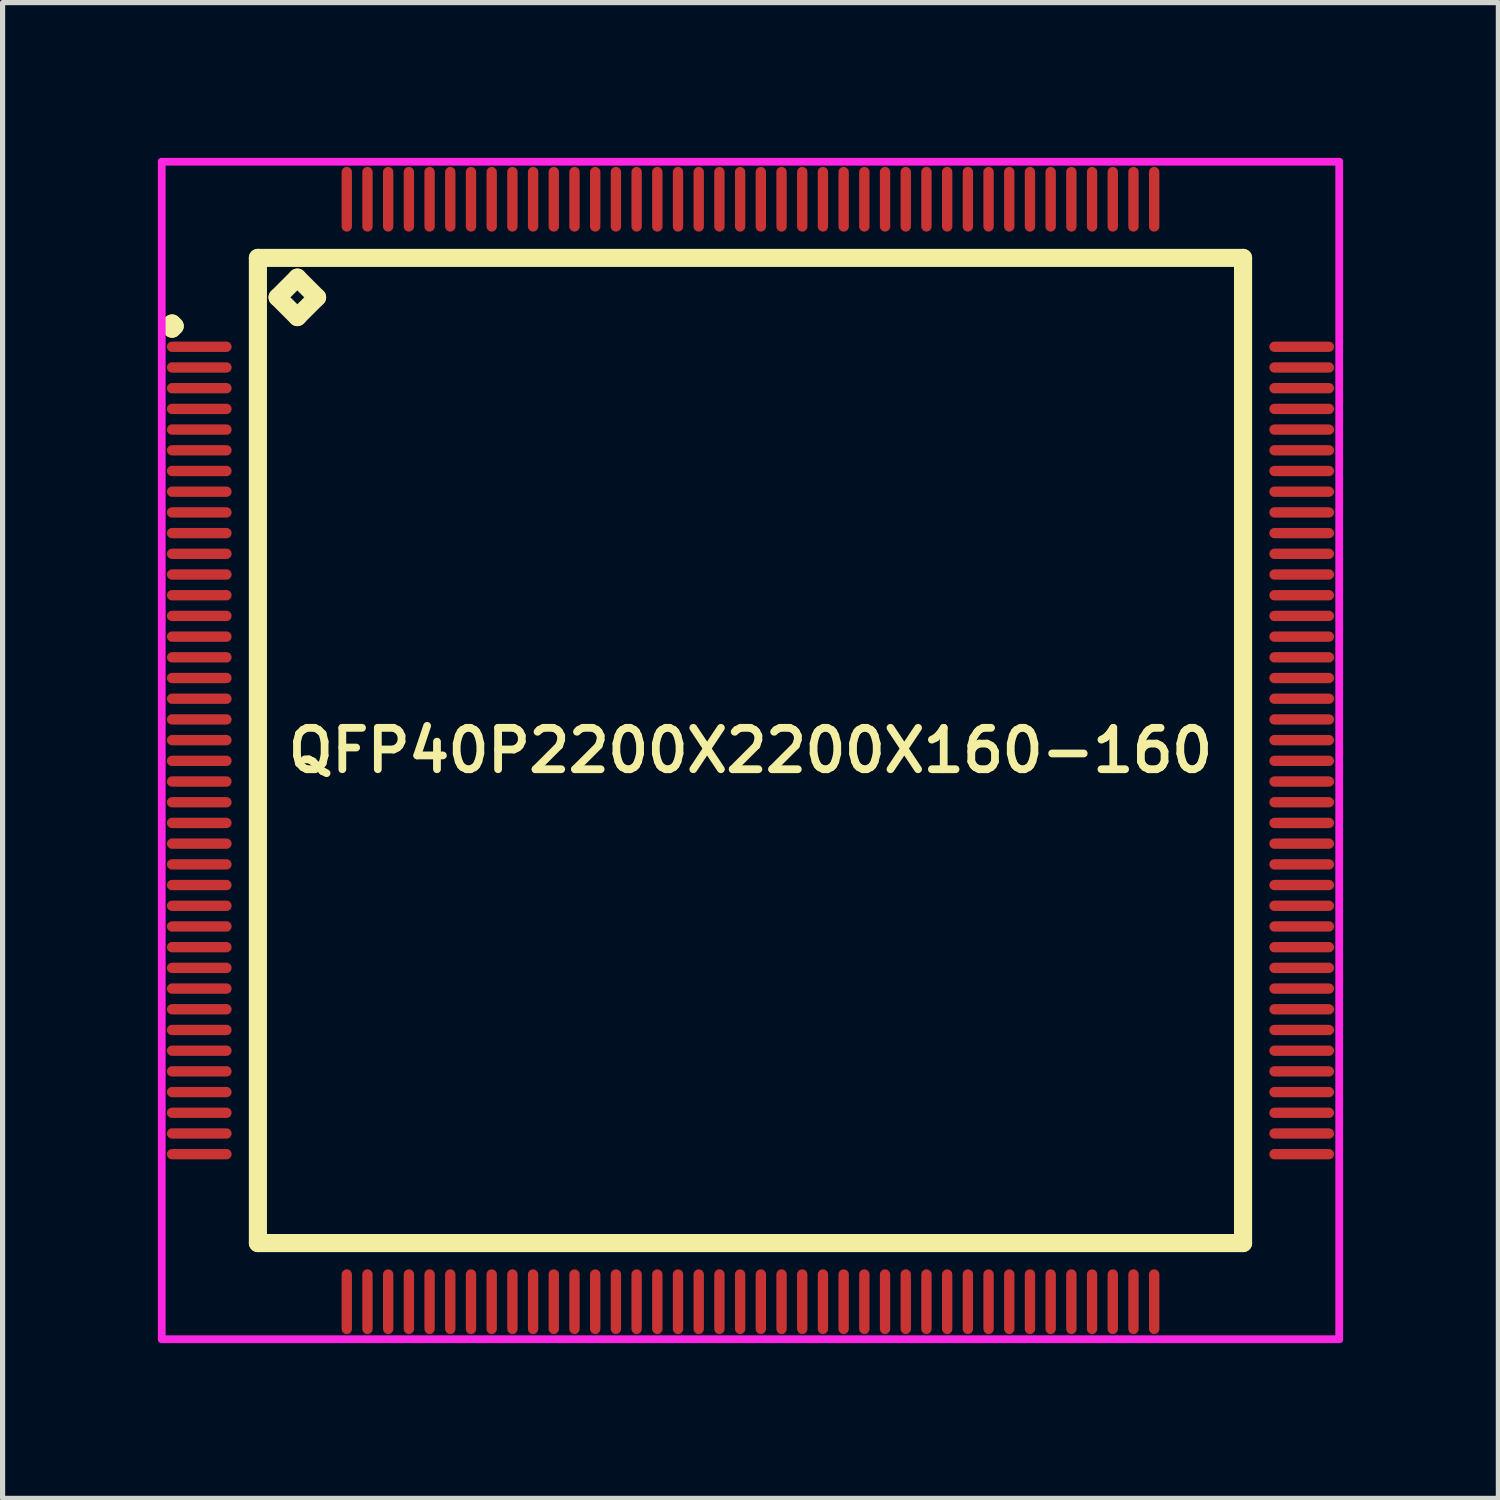
<source format=kicad_pcb>
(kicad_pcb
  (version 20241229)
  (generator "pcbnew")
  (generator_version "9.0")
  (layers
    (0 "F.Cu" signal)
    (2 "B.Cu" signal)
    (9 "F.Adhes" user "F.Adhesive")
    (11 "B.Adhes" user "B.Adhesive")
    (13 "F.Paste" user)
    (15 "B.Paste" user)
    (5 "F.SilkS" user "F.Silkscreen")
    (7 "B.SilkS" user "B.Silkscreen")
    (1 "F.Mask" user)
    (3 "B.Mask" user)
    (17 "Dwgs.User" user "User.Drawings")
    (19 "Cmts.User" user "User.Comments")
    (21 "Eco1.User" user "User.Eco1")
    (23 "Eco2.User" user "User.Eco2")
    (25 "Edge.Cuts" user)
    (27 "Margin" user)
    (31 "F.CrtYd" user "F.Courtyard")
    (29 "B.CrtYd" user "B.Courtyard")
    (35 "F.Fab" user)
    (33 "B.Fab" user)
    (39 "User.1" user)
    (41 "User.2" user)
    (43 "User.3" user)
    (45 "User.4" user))
  (footprint "QFP40P2200X2200X160-160"
    (layer "F.Cu")
    (at 11.45 11.45)
    (property "Reference" "QFP40P2200X2200X160-160" (at 0 0 0) (layer "F.SilkS") (effects (font (size 0.8 0.8) (thickness 0.15))))
    (attr smd)
    (fp_line (start -11.225 -8.2) (end -11.175 -8.25) (stroke (width 0.35) (type solid)) (layer "F.SilkS"))
    (fp_line (start -11.175 -8.25) (end -11.125 -8.2) (stroke (width 0.35) (type solid)) (layer "F.SilkS"))
    (fp_line (start -11.175 -8.15) (end -11.225 -8.2) (stroke (width 0.35) (type solid)) (layer "F.SilkS"))
    (fp_line (start -11.125 -8.2) (end -11.175 -8.15) (stroke (width 0.35) (type solid)) (layer "F.SilkS"))
    (fp_line (start -9.517 -9.517) (end -9.517 9.517) (stroke (width 0.35) (type solid)) (layer "F.SilkS"))
    (fp_line (start -9.517 9.517) (end 9.517 9.517) (stroke (width 0.35) (type solid)) (layer "F.SilkS"))
    (fp_line (start -9.136 -8.755) (end -8.755 -9.136) (stroke (width 0.35) (type solid)) (layer "F.SilkS"))
    (fp_line (start -8.755 -9.136) (end -8.374 -8.755) (stroke (width 0.35) (type solid)) (layer "F.SilkS"))
    (fp_line (start -8.755 -8.374) (end -9.136 -8.755) (stroke (width 0.35) (type solid)) (layer "F.SilkS"))
    (fp_line (start -8.374 -8.755) (end -8.755 -8.374) (stroke (width 0.35) (type solid)) (layer "F.SilkS"))
    (fp_line (start 9.517 -9.517) (end -9.517 -9.517) (stroke (width 0.35) (type solid)) (layer "F.SilkS"))
    (fp_line (start 9.517 9.517) (end 9.517 -9.517) (stroke (width 0.35) (type solid)) (layer "F.SilkS"))
    (fp_line (start -11.375 -11.375) (end 11.375 -11.375) (stroke (width 0.15) (type solid)) (layer "F.CrtYd"))
    (fp_line (start -11.375 11.375) (end -11.375 -11.375) (stroke (width 0.15) (type solid)) (layer "F.CrtYd"))
    (fp_line (start 11.375 -11.375) (end 11.375 11.375) (stroke (width 0.15) (type solid)) (layer "F.CrtYd"))
    (fp_line (start 11.375 11.375) (end -11.375 11.375) (stroke (width 0.15) (type solid)) (layer "F.CrtYd"))
    (pad "1" smd oval (at -10.65 -7.8) (size 1.25 0.2) (layers "F.Cu" "F.Mask" "F.Paste"))
    (pad "2" smd oval (at -10.65 -7.4) (size 1.25 0.2) (layers "F.Cu" "F.Mask" "F.Paste"))
    (pad "3" smd oval (at -10.65 -7) (size 1.25 0.2) (layers "F.Cu" "F.Mask" "F.Paste"))
    (pad "4" smd oval (at -10.65 -6.6) (size 1.25 0.2) (layers "F.Cu" "F.Mask" "F.Paste"))
    (pad "5" smd oval (at -10.65 -6.2) (size 1.25 0.2) (layers "F.Cu" "F.Mask" "F.Paste"))
    (pad "6" smd oval (at -10.65 -5.8) (size 1.25 0.2) (layers "F.Cu" "F.Mask" "F.Paste"))
    (pad "7" smd oval (at -10.65 -5.4) (size 1.25 0.2) (layers "F.Cu" "F.Mask" "F.Paste"))
    (pad "8" smd oval (at -10.65 -5) (size 1.25 0.2) (layers "F.Cu" "F.Mask" "F.Paste"))
    (pad "9" smd oval (at -10.65 -4.6) (size 1.25 0.2) (layers "F.Cu" "F.Mask" "F.Paste"))
    (pad "10" smd oval (at -10.65 -4.2) (size 1.25 0.2) (layers "F.Cu" "F.Mask" "F.Paste"))
    (pad "11" smd oval (at -10.65 -3.8) (size 1.25 0.2) (layers "F.Cu" "F.Mask" "F.Paste"))
    (pad "12" smd oval (at -10.65 -3.4) (size 1.25 0.2) (layers "F.Cu" "F.Mask" "F.Paste"))
    (pad "13" smd oval (at -10.65 -3) (size 1.25 0.2) (layers "F.Cu" "F.Mask" "F.Paste"))
    (pad "14" smd oval (at -10.65 -2.6) (size 1.25 0.2) (layers "F.Cu" "F.Mask" "F.Paste"))
    (pad "15" smd oval (at -10.65 -2.2) (size 1.25 0.2) (layers "F.Cu" "F.Mask" "F.Paste"))
    (pad "16" smd oval (at -10.65 -1.8) (size 1.25 0.2) (layers "F.Cu" "F.Mask" "F.Paste"))
    (pad "17" smd oval (at -10.65 -1.4) (size 1.25 0.2) (layers "F.Cu" "F.Mask" "F.Paste"))
    (pad "18" smd oval (at -10.65 -1) (size 1.25 0.2) (layers "F.Cu" "F.Mask" "F.Paste"))
    (pad "19" smd oval (at -10.65 -0.6) (size 1.25 0.2) (layers "F.Cu" "F.Mask" "F.Paste"))
    (pad "20" smd oval (at -10.65 -0.2) (size 1.25 0.2) (layers "F.Cu" "F.Mask" "F.Paste"))
    (pad "21" smd oval (at -10.65 0.2) (size 1.25 0.2) (layers "F.Cu" "F.Mask" "F.Paste"))
    (pad "22" smd oval (at -10.65 0.6) (size 1.25 0.2) (layers "F.Cu" "F.Mask" "F.Paste"))
    (pad "23" smd oval (at -10.65 1) (size 1.25 0.2) (layers "F.Cu" "F.Mask" "F.Paste"))
    (pad "24" smd oval (at -10.65 1.4) (size 1.25 0.2) (layers "F.Cu" "F.Mask" "F.Paste"))
    (pad "25" smd oval (at -10.65 1.8) (size 1.25 0.2) (layers "F.Cu" "F.Mask" "F.Paste"))
    (pad "26" smd oval (at -10.65 2.2) (size 1.25 0.2) (layers "F.Cu" "F.Mask" "F.Paste"))
    (pad "27" smd oval (at -10.65 2.6) (size 1.25 0.2) (layers "F.Cu" "F.Mask" "F.Paste"))
    (pad "28" smd oval (at -10.65 3) (size 1.25 0.2) (layers "F.Cu" "F.Mask" "F.Paste"))
    (pad "29" smd oval (at -10.65 3.4) (size 1.25 0.2) (layers "F.Cu" "F.Mask" "F.Paste"))
    (pad "30" smd oval (at -10.65 3.8) (size 1.25 0.2) (layers "F.Cu" "F.Mask" "F.Paste"))
    (pad "31" smd oval (at -10.65 4.2) (size 1.25 0.2) (layers "F.Cu" "F.Mask" "F.Paste"))
    (pad "32" smd oval (at -10.65 4.6) (size 1.25 0.2) (layers "F.Cu" "F.Mask" "F.Paste"))
    (pad "33" smd oval (at -10.65 5) (size 1.25 0.2) (layers "F.Cu" "F.Mask" "F.Paste"))
    (pad "34" smd oval (at -10.65 5.4) (size 1.25 0.2) (layers "F.Cu" "F.Mask" "F.Paste"))
    (pad "35" smd oval (at -10.65 5.8) (size 1.25 0.2) (layers "F.Cu" "F.Mask" "F.Paste"))
    (pad "36" smd oval (at -10.65 6.2) (size 1.25 0.2) (layers "F.Cu" "F.Mask" "F.Paste"))
    (pad "37" smd oval (at -10.65 6.6) (size 1.25 0.2) (layers "F.Cu" "F.Mask" "F.Paste"))
    (pad "38" smd oval (at -10.65 7) (size 1.25 0.2) (layers "F.Cu" "F.Mask" "F.Paste"))
    (pad "39" smd oval (at -10.65 7.4) (size 1.25 0.2) (layers "F.Cu" "F.Mask" "F.Paste"))
    (pad "40" smd oval (at -10.65 7.8) (size 1.25 0.2) (layers "F.Cu" "F.Mask" "F.Paste"))
    (pad "41" smd oval (at -7.8 10.65) (size 0.2 1.25) (layers "F.Cu" "F.Mask" "F.Paste"))
    (pad "42" smd oval (at -7.4 10.65) (size 0.2 1.25) (layers "F.Cu" "F.Mask" "F.Paste"))
    (pad "43" smd oval (at -7 10.65) (size 0.2 1.25) (layers "F.Cu" "F.Mask" "F.Paste"))
    (pad "44" smd oval (at -6.6 10.65) (size 0.2 1.25) (layers "F.Cu" "F.Mask" "F.Paste"))
    (pad "45" smd oval (at -6.2 10.65) (size 0.2 1.25) (layers "F.Cu" "F.Mask" "F.Paste"))
    (pad "46" smd oval (at -5.8 10.65) (size 0.2 1.25) (layers "F.Cu" "F.Mask" "F.Paste"))
    (pad "47" smd oval (at -5.4 10.65) (size 0.2 1.25) (layers "F.Cu" "F.Mask" "F.Paste"))
    (pad "48" smd oval (at -5 10.65) (size 0.2 1.25) (layers "F.Cu" "F.Mask" "F.Paste"))
    (pad "49" smd oval (at -4.6 10.65) (size 0.2 1.25) (layers "F.Cu" "F.Mask" "F.Paste"))
    (pad "50" smd oval (at -4.2 10.65) (size 0.2 1.25) (layers "F.Cu" "F.Mask" "F.Paste"))
    (pad "51" smd oval (at -3.8 10.65) (size 0.2 1.25) (layers "F.Cu" "F.Mask" "F.Paste"))
    (pad "52" smd oval (at -3.4 10.65) (size 0.2 1.25) (layers "F.Cu" "F.Mask" "F.Paste"))
    (pad "53" smd oval (at -3 10.65) (size 0.2 1.25) (layers "F.Cu" "F.Mask" "F.Paste"))
    (pad "54" smd oval (at -2.6 10.65) (size 0.2 1.25) (layers "F.Cu" "F.Mask" "F.Paste"))
    (pad "55" smd oval (at -2.2 10.65) (size 0.2 1.25) (layers "F.Cu" "F.Mask" "F.Paste"))
    (pad "56" smd oval (at -1.8 10.65) (size 0.2 1.25) (layers "F.Cu" "F.Mask" "F.Paste"))
    (pad "57" smd oval (at -1.4 10.65) (size 0.2 1.25) (layers "F.Cu" "F.Mask" "F.Paste"))
    (pad "58" smd oval (at -1 10.65) (size 0.2 1.25) (layers "F.Cu" "F.Mask" "F.Paste"))
    (pad "59" smd oval (at -0.6 10.65) (size 0.2 1.25) (layers "F.Cu" "F.Mask" "F.Paste"))
    (pad "60" smd oval (at -0.2 10.65) (size 0.2 1.25) (layers "F.Cu" "F.Mask" "F.Paste"))
    (pad "61" smd oval (at 0.2 10.65) (size 0.2 1.25) (layers "F.Cu" "F.Mask" "F.Paste"))
    (pad "62" smd oval (at 0.6 10.65) (size 0.2 1.25) (layers "F.Cu" "F.Mask" "F.Paste"))
    (pad "63" smd oval (at 1 10.65) (size 0.2 1.25) (layers "F.Cu" "F.Mask" "F.Paste"))
    (pad "64" smd oval (at 1.4 10.65) (size 0.2 1.25) (layers "F.Cu" "F.Mask" "F.Paste"))
    (pad "65" smd oval (at 1.8 10.65) (size 0.2 1.25) (layers "F.Cu" "F.Mask" "F.Paste"))
    (pad "66" smd oval (at 2.2 10.65) (size 0.2 1.25) (layers "F.Cu" "F.Mask" "F.Paste"))
    (pad "67" smd oval (at 2.6 10.65) (size 0.2 1.25) (layers "F.Cu" "F.Mask" "F.Paste"))
    (pad "68" smd oval (at 3 10.65) (size 0.2 1.25) (layers "F.Cu" "F.Mask" "F.Paste"))
    (pad "69" smd oval (at 3.4 10.65) (size 0.2 1.25) (layers "F.Cu" "F.Mask" "F.Paste"))
    (pad "70" smd oval (at 3.8 10.65) (size 0.2 1.25) (layers "F.Cu" "F.Mask" "F.Paste"))
    (pad "71" smd oval (at 4.2 10.65) (size 0.2 1.25) (layers "F.Cu" "F.Mask" "F.Paste"))
    (pad "72" smd oval (at 4.6 10.65) (size 0.2 1.25) (layers "F.Cu" "F.Mask" "F.Paste"))
    (pad "73" smd oval (at 5 10.65) (size 0.2 1.25) (layers "F.Cu" "F.Mask" "F.Paste"))
    (pad "74" smd oval (at 5.4 10.65) (size 0.2 1.25) (layers "F.Cu" "F.Mask" "F.Paste"))
    (pad "75" smd oval (at 5.8 10.65) (size 0.2 1.25) (layers "F.Cu" "F.Mask" "F.Paste"))
    (pad "76" smd oval (at 6.2 10.65) (size 0.2 1.25) (layers "F.Cu" "F.Mask" "F.Paste"))
    (pad "77" smd oval (at 6.6 10.65) (size 0.2 1.25) (layers "F.Cu" "F.Mask" "F.Paste"))
    (pad "78" smd oval (at 7 10.65) (size 0.2 1.25) (layers "F.Cu" "F.Mask" "F.Paste"))
    (pad "79" smd oval (at 7.4 10.65) (size 0.2 1.25) (layers "F.Cu" "F.Mask" "F.Paste"))
    (pad "80" smd oval (at 7.8 10.65) (size 0.2 1.25) (layers "F.Cu" "F.Mask" "F.Paste"))
    (pad "81" smd oval (at 10.65 7.8) (size 1.25 0.2) (layers "F.Cu" "F.Mask" "F.Paste"))
    (pad "82" smd oval (at 10.65 7.4) (size 1.25 0.2) (layers "F.Cu" "F.Mask" "F.Paste"))
    (pad "83" smd oval (at 10.65 7) (size 1.25 0.2) (layers "F.Cu" "F.Mask" "F.Paste"))
    (pad "84" smd oval (at 10.65 6.6) (size 1.25 0.2) (layers "F.Cu" "F.Mask" "F.Paste"))
    (pad "85" smd oval (at 10.65 6.2) (size 1.25 0.2) (layers "F.Cu" "F.Mask" "F.Paste"))
    (pad "86" smd oval (at 10.65 5.8) (size 1.25 0.2) (layers "F.Cu" "F.Mask" "F.Paste"))
    (pad "87" smd oval (at 10.65 5.4) (size 1.25 0.2) (layers "F.Cu" "F.Mask" "F.Paste"))
    (pad "88" smd oval (at 10.65 5) (size 1.25 0.2) (layers "F.Cu" "F.Mask" "F.Paste"))
    (pad "89" smd oval (at 10.65 4.6) (size 1.25 0.2) (layers "F.Cu" "F.Mask" "F.Paste"))
    (pad "90" smd oval (at 10.65 4.2) (size 1.25 0.2) (layers "F.Cu" "F.Mask" "F.Paste"))
    (pad "91" smd oval (at 10.65 3.8) (size 1.25 0.2) (layers "F.Cu" "F.Mask" "F.Paste"))
    (pad "92" smd oval (at 10.65 3.4) (size 1.25 0.2) (layers "F.Cu" "F.Mask" "F.Paste"))
    (pad "93" smd oval (at 10.65 3) (size 1.25 0.2) (layers "F.Cu" "F.Mask" "F.Paste"))
    (pad "94" smd oval (at 10.65 2.6) (size 1.25 0.2) (layers "F.Cu" "F.Mask" "F.Paste"))
    (pad "95" smd oval (at 10.65 2.2) (size 1.25 0.2) (layers "F.Cu" "F.Mask" "F.Paste"))
    (pad "96" smd oval (at 10.65 1.8) (size 1.25 0.2) (layers "F.Cu" "F.Mask" "F.Paste"))
    (pad "97" smd oval (at 10.65 1.4) (size 1.25 0.2) (layers "F.Cu" "F.Mask" "F.Paste"))
    (pad "98" smd oval (at 10.65 1) (size 1.25 0.2) (layers "F.Cu" "F.Mask" "F.Paste"))
    (pad "99" smd oval (at 10.65 0.6) (size 1.25 0.2) (layers "F.Cu" "F.Mask" "F.Paste"))
    (pad "100" smd oval (at 10.65 0.2) (size 1.25 0.2) (layers "F.Cu" "F.Mask" "F.Paste"))
    (pad "101" smd oval (at 10.65 -0.2) (size 1.25 0.2) (layers "F.Cu" "F.Mask" "F.Paste"))
    (pad "102" smd oval (at 10.65 -0.6) (size 1.25 0.2) (layers "F.Cu" "F.Mask" "F.Paste"))
    (pad "103" smd oval (at 10.65 -1) (size 1.25 0.2) (layers "F.Cu" "F.Mask" "F.Paste"))
    (pad "104" smd oval (at 10.65 -1.4) (size 1.25 0.2) (layers "F.Cu" "F.Mask" "F.Paste"))
    (pad "105" smd oval (at 10.65 -1.8) (size 1.25 0.2) (layers "F.Cu" "F.Mask" "F.Paste"))
    (pad "106" smd oval (at 10.65 -2.2) (size 1.25 0.2) (layers "F.Cu" "F.Mask" "F.Paste"))
    (pad "107" smd oval (at 10.65 -2.6) (size 1.25 0.2) (layers "F.Cu" "F.Mask" "F.Paste"))
    (pad "108" smd oval (at 10.65 -3) (size 1.25 0.2) (layers "F.Cu" "F.Mask" "F.Paste"))
    (pad "109" smd oval (at 10.65 -3.4) (size 1.25 0.2) (layers "F.Cu" "F.Mask" "F.Paste"))
    (pad "110" smd oval (at 10.65 -3.8) (size 1.25 0.2) (layers "F.Cu" "F.Mask" "F.Paste"))
    (pad "111" smd oval (at 10.65 -4.2) (size 1.25 0.2) (layers "F.Cu" "F.Mask" "F.Paste"))
    (pad "112" smd oval (at 10.65 -4.6) (size 1.25 0.2) (layers "F.Cu" "F.Mask" "F.Paste"))
    (pad "113" smd oval (at 10.65 -5) (size 1.25 0.2) (layers "F.Cu" "F.Mask" "F.Paste"))
    (pad "114" smd oval (at 10.65 -5.4) (size 1.25 0.2) (layers "F.Cu" "F.Mask" "F.Paste"))
    (pad "115" smd oval (at 10.65 -5.8) (size 1.25 0.2) (layers "F.Cu" "F.Mask" "F.Paste"))
    (pad "116" smd oval (at 10.65 -6.2) (size 1.25 0.2) (layers "F.Cu" "F.Mask" "F.Paste"))
    (pad "117" smd oval (at 10.65 -6.6) (size 1.25 0.2) (layers "F.Cu" "F.Mask" "F.Paste"))
    (pad "118" smd oval (at 10.65 -7) (size 1.25 0.2) (layers "F.Cu" "F.Mask" "F.Paste"))
    (pad "119" smd oval (at 10.65 -7.4) (size 1.25 0.2) (layers "F.Cu" "F.Mask" "F.Paste"))
    (pad "120" smd oval (at 10.65 -7.8) (size 1.25 0.2) (layers "F.Cu" "F.Mask" "F.Paste"))
    (pad "121" smd oval (at 7.8 -10.65) (size 0.2 1.25) (layers "F.Cu" "F.Mask" "F.Paste"))
    (pad "122" smd oval (at 7.4 -10.65) (size 0.2 1.25) (layers "F.Cu" "F.Mask" "F.Paste"))
    (pad "123" smd oval (at 7 -10.65) (size 0.2 1.25) (layers "F.Cu" "F.Mask" "F.Paste"))
    (pad "124" smd oval (at 6.6 -10.65) (size 0.2 1.25) (layers "F.Cu" "F.Mask" "F.Paste"))
    (pad "125" smd oval (at 6.2 -10.65) (size 0.2 1.25) (layers "F.Cu" "F.Mask" "F.Paste"))
    (pad "126" smd oval (at 5.8 -10.65) (size 0.2 1.25) (layers "F.Cu" "F.Mask" "F.Paste"))
    (pad "127" smd oval (at 5.4 -10.65) (size 0.2 1.25) (layers "F.Cu" "F.Mask" "F.Paste"))
    (pad "128" smd oval (at 5 -10.65) (size 0.2 1.25) (layers "F.Cu" "F.Mask" "F.Paste"))
    (pad "129" smd oval (at 4.6 -10.65) (size 0.2 1.25) (layers "F.Cu" "F.Mask" "F.Paste"))
    (pad "130" smd oval (at 4.2 -10.65) (size 0.2 1.25) (layers "F.Cu" "F.Mask" "F.Paste"))
    (pad "131" smd oval (at 3.8 -10.65) (size 0.2 1.25) (layers "F.Cu" "F.Mask" "F.Paste"))
    (pad "132" smd oval (at 3.4 -10.65) (size 0.2 1.25) (layers "F.Cu" "F.Mask" "F.Paste"))
    (pad "133" smd oval (at 3 -10.65) (size 0.2 1.25) (layers "F.Cu" "F.Mask" "F.Paste"))
    (pad "134" smd oval (at 2.6 -10.65) (size 0.2 1.25) (layers "F.Cu" "F.Mask" "F.Paste"))
    (pad "135" smd oval (at 2.2 -10.65) (size 0.2 1.25) (layers "F.Cu" "F.Mask" "F.Paste"))
    (pad "136" smd oval (at 1.8 -10.65) (size 0.2 1.25) (layers "F.Cu" "F.Mask" "F.Paste"))
    (pad "137" smd oval (at 1.4 -10.65) (size 0.2 1.25) (layers "F.Cu" "F.Mask" "F.Paste"))
    (pad "138" smd oval (at 1 -10.65) (size 0.2 1.25) (layers "F.Cu" "F.Mask" "F.Paste"))
    (pad "139" smd oval (at 0.6 -10.65) (size 0.2 1.25) (layers "F.Cu" "F.Mask" "F.Paste"))
    (pad "140" smd oval (at 0.2 -10.65) (size 0.2 1.25) (layers "F.Cu" "F.Mask" "F.Paste"))
    (pad "141" smd oval (at -0.2 -10.65) (size 0.2 1.25) (layers "F.Cu" "F.Mask" "F.Paste"))
    (pad "142" smd oval (at -0.6 -10.65) (size 0.2 1.25) (layers "F.Cu" "F.Mask" "F.Paste"))
    (pad "143" smd oval (at -1 -10.65) (size 0.2 1.25) (layers "F.Cu" "F.Mask" "F.Paste"))
    (pad "144" smd oval (at -1.4 -10.65) (size 0.2 1.25) (layers "F.Cu" "F.Mask" "F.Paste"))
    (pad "145" smd oval (at -1.8 -10.65) (size 0.2 1.25) (layers "F.Cu" "F.Mask" "F.Paste"))
    (pad "146" smd oval (at -2.2 -10.65) (size 0.2 1.25) (layers "F.Cu" "F.Mask" "F.Paste"))
    (pad "147" smd oval (at -2.6 -10.65) (size 0.2 1.25) (layers "F.Cu" "F.Mask" "F.Paste"))
    (pad "148" smd oval (at -3 -10.65) (size 0.2 1.25) (layers "F.Cu" "F.Mask" "F.Paste"))
    (pad "149" smd oval (at -3.4 -10.65) (size 0.2 1.25) (layers "F.Cu" "F.Mask" "F.Paste"))
    (pad "150" smd oval (at -3.8 -10.65) (size 0.2 1.25) (layers "F.Cu" "F.Mask" "F.Paste"))
    (pad "151" smd oval (at -4.2 -10.65) (size 0.2 1.25) (layers "F.Cu" "F.Mask" "F.Paste"))
    (pad "152" smd oval (at -4.6 -10.65) (size 0.2 1.25) (layers "F.Cu" "F.Mask" "F.Paste"))
    (pad "153" smd oval (at -5 -10.65) (size 0.2 1.25) (layers "F.Cu" "F.Mask" "F.Paste"))
    (pad "154" smd oval (at -5.4 -10.65) (size 0.2 1.25) (layers "F.Cu" "F.Mask" "F.Paste"))
    (pad "155" smd oval (at -5.8 -10.65) (size 0.2 1.25) (layers "F.Cu" "F.Mask" "F.Paste"))
    (pad "156" smd oval (at -6.2 -10.65) (size 0.2 1.25) (layers "F.Cu" "F.Mask" "F.Paste"))
    (pad "157" smd oval (at -6.6 -10.65) (size 0.2 1.25) (layers "F.Cu" "F.Mask" "F.Paste"))
    (pad "158" smd oval (at -7 -10.65) (size 0.2 1.25) (layers "F.Cu" "F.Mask" "F.Paste"))
    (pad "159" smd oval (at -7.4 -10.65) (size 0.2 1.25) (layers "F.Cu" "F.Mask" "F.Paste"))
    (pad "160" smd oval (at -7.8 -10.65) (size 0.2 1.25) (layers "F.Cu" "F.Mask" "F.Paste")))
  (gr_rect
    (start -3 -3)
    (end 25.9 25.9)
    (stroke (width 0.1) (type default))
    (fill no)
    (layer "Edge.Cuts")))
</source>
